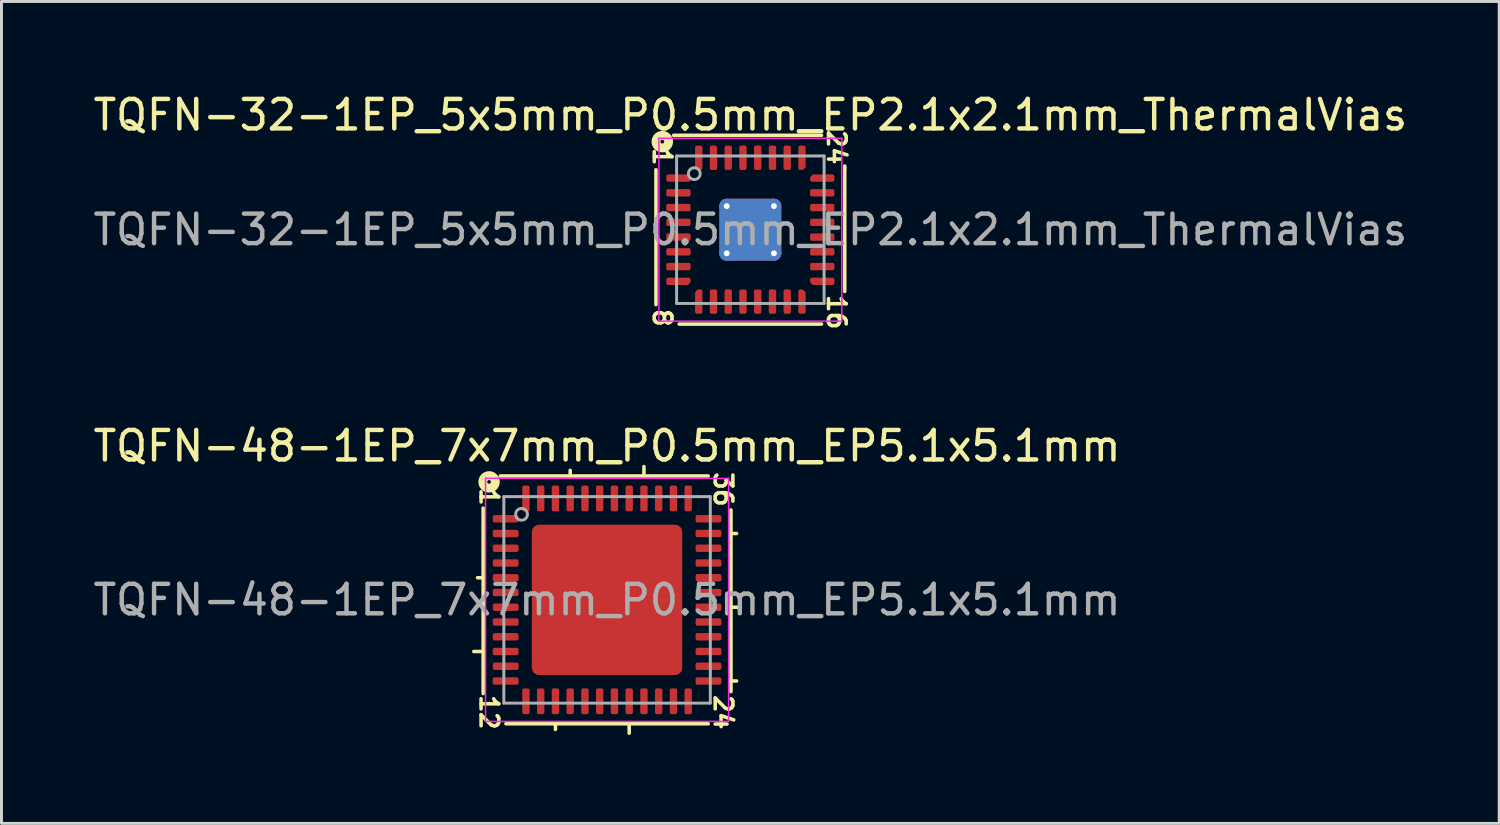
<source format=kicad_pcb>
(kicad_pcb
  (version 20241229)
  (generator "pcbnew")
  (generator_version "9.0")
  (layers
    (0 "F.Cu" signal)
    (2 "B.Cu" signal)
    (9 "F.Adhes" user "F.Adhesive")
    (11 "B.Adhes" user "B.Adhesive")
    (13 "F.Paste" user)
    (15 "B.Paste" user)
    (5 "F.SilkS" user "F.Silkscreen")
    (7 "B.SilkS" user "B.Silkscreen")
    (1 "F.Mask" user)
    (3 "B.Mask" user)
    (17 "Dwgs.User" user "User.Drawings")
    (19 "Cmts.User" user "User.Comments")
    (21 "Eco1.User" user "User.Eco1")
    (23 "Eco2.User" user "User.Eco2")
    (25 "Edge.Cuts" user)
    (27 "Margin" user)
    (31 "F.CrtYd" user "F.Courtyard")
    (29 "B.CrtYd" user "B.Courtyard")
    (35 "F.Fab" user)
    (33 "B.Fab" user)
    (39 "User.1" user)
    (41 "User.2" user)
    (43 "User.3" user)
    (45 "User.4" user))
  (footprint "TQFN-32-1EP_5x5mm_P0.5mm_EP2.1x2.1mm_ThermalVias"
    (layer "F.Cu")
    (at 22.387 4.737)
    (property "Reference" "TQFN-32-1EP_5x5mm_P0.5mm_EP2.1x2.1mm_ThermalVias" (at 0 -3.889 0) (layer "F.SilkS") (effects (font (size 1 1) (thickness 0.15))))
    (attr smd)
    (fp_line (start -3.2 -2.032) (end -3.2 2.54) (stroke (width 0.12) (type solid)) (layer "F.SilkS"))
    (fp_line (start -2.413 3.2) (end 2.413 3.2) (stroke (width 0.12) (type solid)) (layer "F.SilkS"))
    (fp_line (start 2.413 -3.2) (end -2.603 -3.2) (stroke (width 0.12) (type solid)) (layer "F.SilkS"))
    (fp_line (start 3.2 -2.095) (end 3.2 -2.159) (stroke (width 0.12) (type solid)) (layer "F.SilkS"))
    (fp_line (start 3.2 2.095) (end 3.2 -2.095) (stroke (width 0.12) (type solid)) (layer "F.SilkS"))
    (fp_circle (center -2.985 -2.985) (end -2.921 -2.985) (stroke (width 0.3) (type solid)) (fill no) (layer "F.SilkS"))
    (fp_line (start -3.1 -3.1) (end -3.1 3.1) (stroke (width 0.05) (type solid)) (layer "F.CrtYd"))
    (fp_line (start -3.1 3.1) (end 3.1 3.1) (stroke (width 0.05) (type solid)) (layer "F.CrtYd"))
    (fp_line (start 3.1 -3.1) (end -3.1 -3.1) (stroke (width 0.05) (type solid)) (layer "F.CrtYd"))
    (fp_line (start 3.1 3.1) (end 3.1 -3.1) (stroke (width 0.05) (type solid)) (layer "F.CrtYd"))
    (fp_line (start -2.5 -2.5) (end 2.5 -2.5) (stroke (width 0.1) (type solid)) (layer "F.Fab"))
    (fp_line (start -2.5 2.5) (end -2.5 -2.5) (stroke (width 0.1) (type solid)) (layer "F.Fab"))
    (fp_line (start 2.5 -2.5) (end 2.5 2.5) (stroke (width 0.1) (type solid)) (layer "F.Fab"))
    (fp_line (start 2.5 2.5) (end -2.5 2.5) (stroke (width 0.1) (type solid)) (layer "F.Fab"))
    (fp_circle (center -1.9 -1.9) (end -1.7 -1.9) (stroke (width 0.1) (type solid)) (fill no) (layer "F.Fab"))
    (fp_text user "1" (at -2.985 -2.477 270) (unlocked yes) (layer "F.SilkS") (effects (font (size 0.6 0.6) (thickness 0.12))))
    (fp_text user "8" (at -2.985 2.985 270) (unlocked yes) (layer "F.SilkS") (effects (font (size 0.6 0.6) (thickness 0.12))))
    (fp_text user "16" (at 2.921 2.794 270) (unlocked yes) (layer "F.SilkS") (effects (font (size 0.6 0.6) (thickness 0.12))))
    (fp_text user "24" (at 2.921 -2.794 270) (unlocked yes) (layer "F.SilkS") (effects (font (size 0.6 0.6) (thickness 0.12))))
    (fp_text user "${REFERENCE}" (at 0 0 0) (layer "F.Fab") (effects (font (size 1 1) (thickness 0.15))))
    (pad "" smd roundrect (at -0.525 -0.525) (size 0.91 0.91) (layers "F.Paste") (roundrect_rratio 0.25))
    (pad "" smd roundrect (at -0.525 0.525) (size 0.91 0.91) (layers "F.Paste") (roundrect_rratio 0.25))
    (pad "" smd roundrect (at 0.525 -0.525) (size 0.91 0.91) (layers "F.Paste") (roundrect_rratio 0.25))
    (pad "" smd roundrect (at 0.525 0.525) (size 0.91 0.91) (layers "F.Paste") (roundrect_rratio 0.25))
    (pad "1" smd custom (at -2.438 -1.75) (size 0.186 0.186) (layers "F.Cu" "F.Mask" "F.Paste") (options (anchor circle)) (primitives (gr_poly (pts (xy 0.35 -0.009) (xy 0.35 0.062) (xy -0.35 0.062) (xy -0.35 -0.062) (xy 0.297 -0.062)) (width 0.125) (fill yes))))
    (pad "2" smd roundrect (at -2.438 -1.25) (size 0.825 0.25) (layers "F.Cu" "F.Mask" "F.Paste") (roundrect_rratio 0.25))
    (pad "3" smd roundrect (at -2.438 -0.75) (size 0.825 0.25) (layers "F.Cu" "F.Mask" "F.Paste") (roundrect_rratio 0.25))
    (pad "4" smd roundrect (at -2.438 -0.25) (size 0.825 0.25) (layers "F.Cu" "F.Mask" "F.Paste") (roundrect_rratio 0.25))
    (pad "5" smd roundrect (at -2.438 0.25) (size 0.825 0.25) (layers "F.Cu" "F.Mask" "F.Paste") (roundrect_rratio 0.25))
    (pad "6" smd roundrect (at -2.438 0.75) (size 0.825 0.25) (layers "F.Cu" "F.Mask" "F.Paste") (roundrect_rratio 0.25))
    (pad "7" smd roundrect (at -2.438 1.25) (size 0.825 0.25) (layers "F.Cu" "F.Mask" "F.Paste") (roundrect_rratio 0.25))
    (pad "8" smd custom (at -2.438 1.75) (size 0.186 0.186) (layers "F.Cu" "F.Mask" "F.Paste") (options (anchor circle)) (primitives (gr_poly (pts (xy 0.35 0.009) (xy 0.297 0.062) (xy -0.35 0.062) (xy -0.35 -0.062) (xy 0.35 -0.062)) (width 0.125) (fill yes))))
    (pad "9" smd custom (at -1.75 2.438) (size 0.186 0.186) (layers "F.Cu" "F.Mask" "F.Paste") (options (anchor circle)) (primitives (gr_poly (pts (xy 0.062 0.35) (xy -0.062 0.35) (xy -0.062 -0.297) (xy -0.009 -0.35) (xy 0.062 -0.35)) (width 0.125) (fill yes))))
    (pad "10" smd roundrect (at -1.25 2.438) (size 0.25 0.825) (layers "F.Cu" "F.Mask" "F.Paste") (roundrect_rratio 0.25))
    (pad "11" smd roundrect (at -0.75 2.438) (size 0.25 0.825) (layers "F.Cu" "F.Mask" "F.Paste") (roundrect_rratio 0.25))
    (pad "12" smd roundrect (at -0.25 2.438) (size 0.25 0.825) (layers "F.Cu" "F.Mask" "F.Paste") (roundrect_rratio 0.25))
    (pad "13" smd roundrect (at 0.25 2.438) (size 0.25 0.825) (layers "F.Cu" "F.Mask" "F.Paste") (roundrect_rratio 0.25))
    (pad "14" smd roundrect (at 0.75 2.438) (size 0.25 0.825) (layers "F.Cu" "F.Mask" "F.Paste") (roundrect_rratio 0.25))
    (pad "15" smd roundrect (at 1.25 2.438) (size 0.25 0.825) (layers "F.Cu" "F.Mask" "F.Paste") (roundrect_rratio 0.25))
    (pad "16" smd custom (at 1.75 2.438) (size 0.186 0.186) (layers "F.Cu" "F.Mask" "F.Paste") (options (anchor circle)) (primitives (gr_poly (pts (xy 0.062 -0.297) (xy 0.062 0.35) (xy -0.062 0.35) (xy -0.062 -0.35) (xy 0.009 -0.35)) (width 0.125) (fill yes))))
    (pad "17" smd custom (at 2.438 1.75) (size 0.186 0.186) (layers "F.Cu" "F.Mask" "F.Paste") (options (anchor circle)) (primitives (gr_poly (pts (xy 0.35 0.062) (xy -0.297 0.062) (xy -0.35 0.009) (xy -0.35 -0.062) (xy 0.35 -0.062)) (width 0.125) (fill yes))))
    (pad "18" smd roundrect (at 2.438 1.25) (size 0.825 0.25) (layers "F.Cu" "F.Mask" "F.Paste") (roundrect_rratio 0.25))
    (pad "19" smd roundrect (at 2.438 0.75) (size 0.825 0.25) (layers "F.Cu" "F.Mask" "F.Paste") (roundrect_rratio 0.25))
    (pad "20" smd roundrect (at 2.438 0.25) (size 0.825 0.25) (layers "F.Cu" "F.Mask" "F.Paste") (roundrect_rratio 0.25))
    (pad "21" smd roundrect (at 2.438 -0.25) (size 0.825 0.25) (layers "F.Cu" "F.Mask" "F.Paste") (roundrect_rratio 0.25))
    (pad "22" smd roundrect (at 2.438 -0.75) (size 0.825 0.25) (layers "F.Cu" "F.Mask" "F.Paste") (roundrect_rratio 0.25))
    (pad "23" smd roundrect (at 2.438 -1.25) (size 0.825 0.25) (layers "F.Cu" "F.Mask" "F.Paste") (roundrect_rratio 0.25))
    (pad "24" smd custom (at 2.438 -1.75) (size 0.186 0.186) (layers "F.Cu" "F.Mask" "F.Paste") (options (anchor circle)) (primitives (gr_poly (pts (xy 0.35 0.062) (xy -0.35 0.062) (xy -0.35 -0.009) (xy -0.297 -0.062) (xy 0.35 -0.062)) (width 0.125) (fill yes))))
    (pad "25" smd custom (at 1.75 -2.438) (size 0.186 0.186) (layers "F.Cu" "F.Mask" "F.Paste") (options (anchor circle)) (primitives (gr_poly (pts (xy 0.062 0.297) (xy 0.009 0.35) (xy -0.062 0.35) (xy -0.062 -0.35) (xy 0.062 -0.35)) (width 0.125) (fill yes))))
    (pad "26" smd roundrect (at 1.25 -2.438) (size 0.25 0.825) (layers "F.Cu" "F.Mask" "F.Paste") (roundrect_rratio 0.25))
    (pad "27" smd roundrect (at 0.75 -2.438) (size 0.25 0.825) (layers "F.Cu" "F.Mask" "F.Paste") (roundrect_rratio 0.25))
    (pad "28" smd roundrect (at 0.25 -2.438) (size 0.25 0.825) (layers "F.Cu" "F.Mask" "F.Paste") (roundrect_rratio 0.25))
    (pad "29" smd roundrect (at -0.25 -2.438) (size 0.25 0.825) (layers "F.Cu" "F.Mask" "F.Paste") (roundrect_rratio 0.25))
    (pad "30" smd roundrect (at -0.75 -2.438) (size 0.25 0.825) (layers "F.Cu" "F.Mask" "F.Paste") (roundrect_rratio 0.25))
    (pad "31" smd roundrect (at -1.25 -2.438) (size 0.25 0.825) (layers "F.Cu" "F.Mask" "F.Paste") (roundrect_rratio 0.25))
    (pad "32" smd custom (at -1.75 -2.438) (size 0.186 0.186) (layers "F.Cu" "F.Mask" "F.Paste") (options (anchor circle)) (primitives (gr_poly (pts (xy 0.062 0.35) (xy -0.009 0.35) (xy -0.062 0.297) (xy -0.062 -0.35) (xy 0.062 -0.35)) (width 0.125) (fill yes))))
    (pad "33" thru_hole circle (at -0.8 -0.8) (size 0.5 0.5) (drill 0.2) (property pad_prop_heatsink) (layers "*.Cu"))
    (pad "33" thru_hole circle (at -0.8 0.8) (size 0.5 0.5) (drill 0.2) (property pad_prop_heatsink) (layers "*.Cu"))
    (pad "33" smd roundrect (at 0 0) (size 2.1 2.1) (layers "F.Cu" "F.Mask") (roundrect_rratio 0.119))
    (pad "33" smd roundrect (at 0 0) (size 2.1 2.1) (layers "B.Cu" "B.Mask") (roundrect_rratio 0.119))
    (pad "33" thru_hole circle (at 0.8 -0.8) (size 0.5 0.5) (drill 0.2) (property pad_prop_heatsink) (layers "*.Cu"))
    (pad "33" thru_hole circle (at 0.8 0.8) (size 0.5 0.5) (drill 0.2) (property pad_prop_heatsink) (layers "*.Cu")))
  (footprint "TQFN-48-1EP_7x7mm_P0.5mm_EP5.1x5.1mm"
    (layer "F.Cu")
    (at 17.53 17.286)
    (property "Reference" "TQFN-48-1EP_7x7mm_P0.5mm_EP5.1x5.1mm" (at 0 -5.216 0) (layer "F.SilkS") (effects (font (size 1 1) (thickness 0.15))))
    (attr smd)
    (fp_line (start -4.2 -3.111) (end -4.2 3.175) (stroke (width 0.12) (type solid)) (layer "F.SilkS"))
    (fp_line (start -4.2 -0.75) (end -4.391 -0.75) (stroke (width 0.12) (type solid)) (layer "F.SilkS"))
    (fp_line (start -4.2 1.75) (end -4.518 1.75) (stroke (width 0.12) (type solid)) (layer "F.SilkS"))
    (fp_line (start -3.429 4.2) (end 3.429 4.2) (stroke (width 0.12) (type solid)) (layer "F.SilkS"))
    (fp_line (start -1.75 4.2) (end -1.75 4.391) (stroke (width 0.12) (type solid)) (layer "F.SilkS"))
    (fp_line (start -1.25 -4.2) (end -1.25 -4.391) (stroke (width 0.12) (type solid)) (layer "F.SilkS"))
    (fp_line (start 0.75 4.2) (end 0.75 4.518) (stroke (width 0.12) (type solid)) (layer "F.SilkS"))
    (fp_line (start 1.25 -4.2) (end 1.25 -4.518) (stroke (width 0.12) (type solid)) (layer "F.SilkS"))
    (fp_line (start 3.429 -4.2) (end -3.619 -4.2) (stroke (width 0.12) (type solid)) (layer "F.SilkS"))
    (fp_line (start 4.2 -2.25) (end 4.391 -2.25) (stroke (width 0.12) (type solid)) (layer "F.SilkS"))
    (fp_line (start 4.2 0.25) (end 4.518 0.25) (stroke (width 0.12) (type solid)) (layer "F.SilkS"))
    (fp_line (start 4.2 2.75) (end 4.391 2.75) (stroke (width 0.12) (type solid)) (layer "F.SilkS"))
    (fp_line (start 4.2 3.111) (end 4.2 -3.048) (stroke (width 0.12) (type solid)) (layer "F.SilkS"))
    (fp_circle (center -4 -4) (end -3.937 -4) (stroke (width 0.3) (type solid)) (fill no) (layer "F.SilkS"))
    (fp_line (start -4.12 -4.12) (end -4.12 4.12) (stroke (width 0.05) (type solid)) (layer "F.CrtYd"))
    (fp_line (start -4.12 4.12) (end 4.12 4.12) (stroke (width 0.05) (type solid)) (layer "F.CrtYd"))
    (fp_line (start 4.12 -4.12) (end -4.12 -4.12) (stroke (width 0.05) (type solid)) (layer "F.CrtYd"))
    (fp_line (start 4.12 4.12) (end 4.12 -4.12) (stroke (width 0.05) (type solid)) (layer "F.CrtYd"))
    (fp_line (start -3.5 -3.5) (end 3.5 -3.5) (stroke (width 0.1) (type solid)) (layer "F.Fab"))
    (fp_line (start -3.5 3.5) (end -3.5 -3.5) (stroke (width 0.1) (type solid)) (layer "F.Fab"))
    (fp_line (start 3.5 -3.5) (end 3.5 3.5) (stroke (width 0.1) (type solid)) (layer "F.Fab"))
    (fp_line (start 3.5 3.5) (end -3.5 3.5) (stroke (width 0.1) (type solid)) (layer "F.Fab"))
    (fp_circle (center -2.9 -2.9) (end -2.7 -2.9) (stroke (width 0.1) (type solid)) (fill no) (layer "F.Fab"))
    (fp_text user "12" (at -4 3.81 270) (unlocked yes) (layer "F.SilkS") (effects (font (size 0.6 0.6) (thickness 0.12))))
    (fp_text user "36" (at 3.937 -3.747 270) (unlocked yes) (layer "F.SilkS") (effects (font (size 0.6 0.6) (thickness 0.12))))
    (fp_text user "24" (at 3.937 3.81 270) (unlocked yes) (layer "F.SilkS") (effects (font (size 0.6 0.6) (thickness 0.12))))
    (fp_text user "1" (at -4 -3.493 270) (unlocked yes) (layer "F.SilkS") (effects (font (size 0.6 0.6) (thickness 0.12))))
    (fp_text user "${REFERENCE}" (at 0 0 0) (layer "F.Fab") (effects (font (size 1 1) (thickness 0.15))))
    (pad "" smd roundrect (at -1.7 -1.7) (size 1.37 1.37) (layers "F.Paste") (roundrect_rratio 0.182))
    (pad "" smd roundrect (at -1.7 0) (size 1.37 1.37) (layers "F.Paste") (roundrect_rratio 0.182))
    (pad "" smd roundrect (at -1.7 1.7) (size 1.37 1.37) (layers "F.Paste") (roundrect_rratio 0.182))
    (pad "" smd roundrect (at 0 -1.7) (size 1.37 1.37) (layers "F.Paste") (roundrect_rratio 0.182))
    (pad "" smd roundrect (at 0 0) (size 1.37 1.37) (layers "F.Paste") (roundrect_rratio 0.182))
    (pad "" smd roundrect (at 0 1.7) (size 1.37 1.37) (layers "F.Paste") (roundrect_rratio 0.182))
    (pad "" smd roundrect (at 1.7 -1.7) (size 1.37 1.37) (layers "F.Paste") (roundrect_rratio 0.182))
    (pad "" smd roundrect (at 1.7 0) (size 1.37 1.37) (layers "F.Paste") (roundrect_rratio 0.182))
    (pad "" smd roundrect (at 1.7 1.7) (size 1.37 1.37) (layers "F.Paste") (roundrect_rratio 0.182))
    (pad "1" smd roundrect (at -3.438 -2.75) (size 0.875 0.25) (layers "F.Cu" "F.Mask" "F.Paste") (roundrect_rratio 0.25))
    (pad "2" smd roundrect (at -3.438 -2.25) (size 0.875 0.25) (layers "F.Cu" "F.Mask" "F.Paste") (roundrect_rratio 0.25))
    (pad "3" smd roundrect (at -3.438 -1.75) (size 0.875 0.25) (layers "F.Cu" "F.Mask" "F.Paste") (roundrect_rratio 0.25))
    (pad "4" smd roundrect (at -3.438 -1.25) (size 0.875 0.25) (layers "F.Cu" "F.Mask" "F.Paste") (roundrect_rratio 0.25))
    (pad "5" smd roundrect (at -3.438 -0.75) (size 0.875 0.25) (layers "F.Cu" "F.Mask" "F.Paste") (roundrect_rratio 0.25))
    (pad "6" smd roundrect (at -3.438 -0.25) (size 0.875 0.25) (layers "F.Cu" "F.Mask" "F.Paste") (roundrect_rratio 0.25))
    (pad "7" smd roundrect (at -3.438 0.25) (size 0.875 0.25) (layers "F.Cu" "F.Mask" "F.Paste") (roundrect_rratio 0.25))
    (pad "8" smd roundrect (at -3.438 0.75) (size 0.875 0.25) (layers "F.Cu" "F.Mask" "F.Paste") (roundrect_rratio 0.25))
    (pad "9" smd roundrect (at -3.438 1.25) (size 0.875 0.25) (layers "F.Cu" "F.Mask" "F.Paste") (roundrect_rratio 0.25))
    (pad "10" smd roundrect (at -3.438 1.75) (size 0.875 0.25) (layers "F.Cu" "F.Mask" "F.Paste") (roundrect_rratio 0.25))
    (pad "11" smd roundrect (at -3.438 2.25) (size 0.875 0.25) (layers "F.Cu" "F.Mask" "F.Paste") (roundrect_rratio 0.25))
    (pad "12" smd roundrect (at -3.438 2.75) (size 0.875 0.25) (layers "F.Cu" "F.Mask" "F.Paste") (roundrect_rratio 0.25))
    (pad "13" smd roundrect (at -2.75 3.438) (size 0.25 0.875) (layers "F.Cu" "F.Mask" "F.Paste") (roundrect_rratio 0.25))
    (pad "14" smd roundrect (at -2.25 3.438) (size 0.25 0.875) (layers "F.Cu" "F.Mask" "F.Paste") (roundrect_rratio 0.25))
    (pad "15" smd roundrect (at -1.75 3.438) (size 0.25 0.875) (layers "F.Cu" "F.Mask" "F.Paste") (roundrect_rratio 0.25))
    (pad "16" smd roundrect (at -1.25 3.438) (size 0.25 0.875) (layers "F.Cu" "F.Mask" "F.Paste") (roundrect_rratio 0.25))
    (pad "17" smd roundrect (at -0.75 3.438) (size 0.25 0.875) (layers "F.Cu" "F.Mask" "F.Paste") (roundrect_rratio 0.25))
    (pad "18" smd roundrect (at -0.25 3.438) (size 0.25 0.875) (layers "F.Cu" "F.Mask" "F.Paste") (roundrect_rratio 0.25))
    (pad "19" smd roundrect (at 0.25 3.438) (size 0.25 0.875) (layers "F.Cu" "F.Mask" "F.Paste") (roundrect_rratio 0.25))
    (pad "20" smd roundrect (at 0.75 3.438) (size 0.25 0.875) (layers "F.Cu" "F.Mask" "F.Paste") (roundrect_rratio 0.25))
    (pad "21" smd roundrect (at 1.25 3.438) (size 0.25 0.875) (layers "F.Cu" "F.Mask" "F.Paste") (roundrect_rratio 0.25))
    (pad "22" smd roundrect (at 1.75 3.438) (size 0.25 0.875) (layers "F.Cu" "F.Mask" "F.Paste") (roundrect_rratio 0.25))
    (pad "23" smd roundrect (at 2.25 3.438) (size 0.25 0.875) (layers "F.Cu" "F.Mask" "F.Paste") (roundrect_rratio 0.25))
    (pad "24" smd roundrect (at 2.75 3.438) (size 0.25 0.875) (layers "F.Cu" "F.Mask" "F.Paste") (roundrect_rratio 0.25))
    (pad "25" smd roundrect (at 3.438 2.75) (size 0.875 0.25) (layers "F.Cu" "F.Mask" "F.Paste") (roundrect_rratio 0.25))
    (pad "26" smd roundrect (at 3.438 2.25) (size 0.875 0.25) (layers "F.Cu" "F.Mask" "F.Paste") (roundrect_rratio 0.25))
    (pad "27" smd roundrect (at 3.438 1.75) (size 0.875 0.25) (layers "F.Cu" "F.Mask" "F.Paste") (roundrect_rratio 0.25))
    (pad "28" smd roundrect (at 3.438 1.25) (size 0.875 0.25) (layers "F.Cu" "F.Mask" "F.Paste") (roundrect_rratio 0.25))
    (pad "29" smd roundrect (at 3.438 0.75) (size 0.875 0.25) (layers "F.Cu" "F.Mask" "F.Paste") (roundrect_rratio 0.25))
    (pad "30" smd roundrect (at 3.438 0.25) (size 0.875 0.25) (layers "F.Cu" "F.Mask" "F.Paste") (roundrect_rratio 0.25))
    (pad "31" smd roundrect (at 3.438 -0.25) (size 0.875 0.25) (layers "F.Cu" "F.Mask" "F.Paste") (roundrect_rratio 0.25))
    (pad "32" smd roundrect (at 3.438 -0.75) (size 0.875 0.25) (layers "F.Cu" "F.Mask" "F.Paste") (roundrect_rratio 0.25))
    (pad "33" smd roundrect (at 3.438 -1.25) (size 0.875 0.25) (layers "F.Cu" "F.Mask" "F.Paste") (roundrect_rratio 0.25))
    (pad "34" smd roundrect (at 3.438 -1.75) (size 0.875 0.25) (layers "F.Cu" "F.Mask" "F.Paste") (roundrect_rratio 0.25))
    (pad "35" smd roundrect (at 3.438 -2.25) (size 0.875 0.25) (layers "F.Cu" "F.Mask" "F.Paste") (roundrect_rratio 0.25))
    (pad "36" smd roundrect (at 3.438 -2.75) (size 0.875 0.25) (layers "F.Cu" "F.Mask" "F.Paste") (roundrect_rratio 0.25))
    (pad "37" smd roundrect (at 2.75 -3.438) (size 0.25 0.875) (layers "F.Cu" "F.Mask" "F.Paste") (roundrect_rratio 0.25))
    (pad "38" smd roundrect (at 2.25 -3.438) (size 0.25 0.875) (layers "F.Cu" "F.Mask" "F.Paste") (roundrect_rratio 0.25))
    (pad "39" smd roundrect (at 1.75 -3.438) (size 0.25 0.875) (layers "F.Cu" "F.Mask" "F.Paste") (roundrect_rratio 0.25))
    (pad "40" smd roundrect (at 1.25 -3.438) (size 0.25 0.875) (layers "F.Cu" "F.Mask" "F.Paste") (roundrect_rratio 0.25))
    (pad "41" smd roundrect (at 0.75 -3.438) (size 0.25 0.875) (layers "F.Cu" "F.Mask" "F.Paste") (roundrect_rratio 0.25))
    (pad "42" smd roundrect (at 0.25 -3.438) (size 0.25 0.875) (layers "F.Cu" "F.Mask" "F.Paste") (roundrect_rratio 0.25))
    (pad "43" smd roundrect (at -0.25 -3.438) (size 0.25 0.875) (layers "F.Cu" "F.Mask" "F.Paste") (roundrect_rratio 0.25))
    (pad "44" smd roundrect (at -0.75 -3.438) (size 0.25 0.875) (layers "F.Cu" "F.Mask" "F.Paste") (roundrect_rratio 0.25))
    (pad "45" smd roundrect (at -1.25 -3.438) (size 0.25 0.875) (layers "F.Cu" "F.Mask" "F.Paste") (roundrect_rratio 0.25))
    (pad "46" smd roundrect (at -1.75 -3.438) (size 0.25 0.875) (layers "F.Cu" "F.Mask" "F.Paste") (roundrect_rratio 0.25))
    (pad "47" smd roundrect (at -2.25 -3.438) (size 0.25 0.875) (layers "F.Cu" "F.Mask" "F.Paste") (roundrect_rratio 0.25))
    (pad "48" smd roundrect (at -2.75 -3.438) (size 0.25 0.875) (layers "F.Cu" "F.Mask" "F.Paste") (roundrect_rratio 0.25))
    (pad "49" smd roundrect (at 0 0) (size 5.1 5.1) (layers "F.Cu" "F.Mask") (roundrect_rratio 0.049)))
  (gr_rect
    (start -3 -3)
    (end 47.774 24.864)
    (stroke (width 0.1) (type default))
    (fill no)
    (layer "Edge.Cuts")))
</source>
